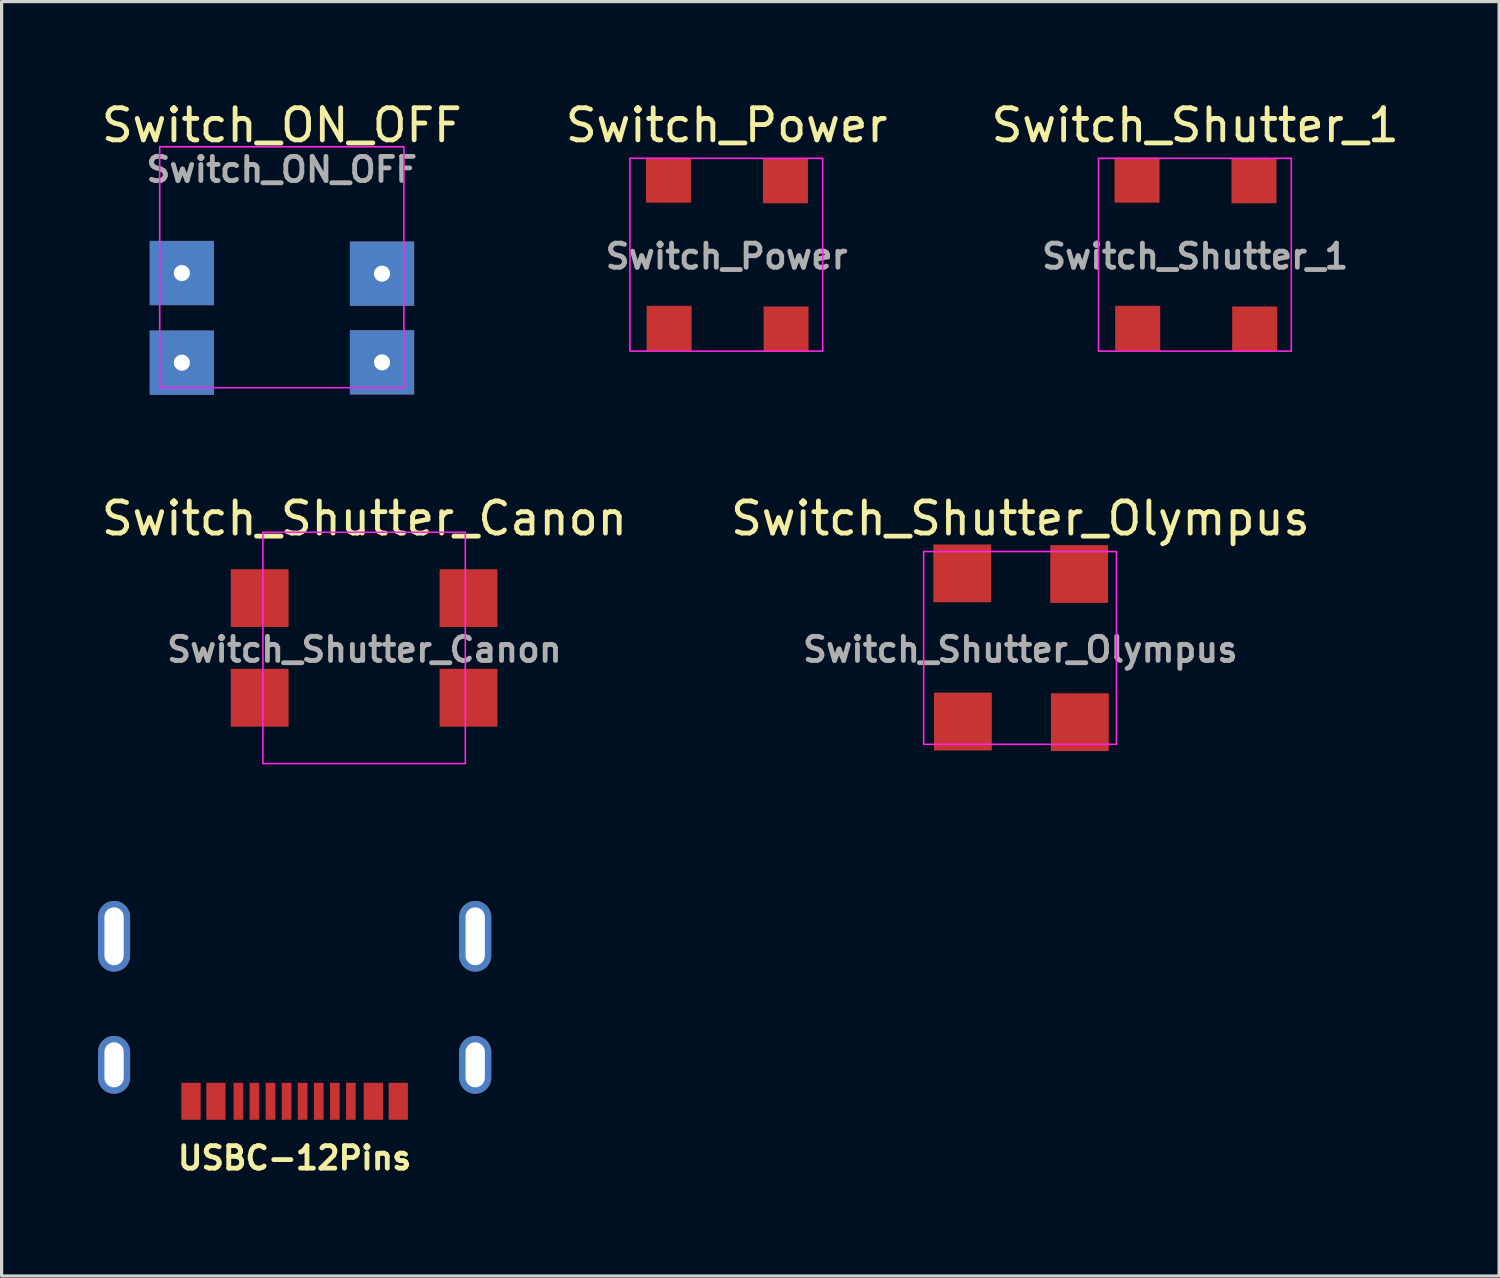
<source format=kicad_pcb>
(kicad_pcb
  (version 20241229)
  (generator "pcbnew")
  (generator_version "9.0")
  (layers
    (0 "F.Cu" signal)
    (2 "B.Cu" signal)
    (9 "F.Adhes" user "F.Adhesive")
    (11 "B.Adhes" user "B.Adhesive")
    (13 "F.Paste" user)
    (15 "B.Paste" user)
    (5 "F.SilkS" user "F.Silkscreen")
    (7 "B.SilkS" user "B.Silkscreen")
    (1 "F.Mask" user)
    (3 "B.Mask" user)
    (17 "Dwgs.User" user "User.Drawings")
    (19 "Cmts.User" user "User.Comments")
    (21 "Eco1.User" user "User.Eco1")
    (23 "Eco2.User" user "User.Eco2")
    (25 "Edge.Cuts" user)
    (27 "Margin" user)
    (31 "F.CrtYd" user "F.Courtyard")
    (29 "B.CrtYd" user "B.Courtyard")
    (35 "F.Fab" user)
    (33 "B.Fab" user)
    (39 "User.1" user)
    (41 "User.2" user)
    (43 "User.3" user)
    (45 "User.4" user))
  (footprint "Switch_Shutter_Canon"
    (layer "F.Cu")
    (at 8.282 17.116)
    (property "Reference" "Switch_Shutter_Canon" (at 0.01 -4.03 0) (layer "F.SilkS") (effects (font (size 1 1) (thickness 0.15))))
    (attr smd)
    (fp_rect (start -3.15 -3.6) (end 3.15 3.6) (stroke (width 0.05) (type solid)) (fill no) (layer "F.CrtYd"))
    (fp_text user "${REFERENCE}" (at 0.01 0.05 0) (layer "F.Fab") (effects (font (size 0.75 0.75) (thickness 0.15))))
    (pad "" smd roundrect (at -3.25 -1.55) (size 1 1) (layers "F.Mask" "F.Paste") (roundrect_rratio 0.139))
    (pad "" smd roundrect (at -3.25 1.55) (size 1 1) (layers "F.Mask" "F.Paste") (roundrect_rratio 0.139))
    (pad "" smd roundrect (at 3.25 -1.55) (size 1 1) (layers "F.Mask" "F.Paste") (roundrect_rratio 0.139))
    (pad "" smd roundrect (at 3.25 1.55) (size 1 1) (layers "F.Mask" "F.Paste") (roundrect_rratio 0.139))
    (pad "1" smd rect (at -3.25 1.55) (size 1.8 1.8) (layers "F.Cu"))
    (pad "2" smd rect (at 3.25 1.55) (size 1.8 1.8) (layers "F.Cu"))
    (pad "3" smd rect (at -3.25 -1.55) (size 1.8 1.8) (layers "F.Cu"))
    (pad "3" smd rect (at 3.25 -1.55) (size 1.8 1.8) (layers "F.Cu")))
  (footprint "Switch_Shutter_Olympus"
    (layer "F.Cu")
    (at 28.698 17.116)
    (property "Reference" "Switch_Shutter_Olympus" (at 0.01 -4.03 0) (layer "F.SilkS") (effects (font (size 1 1) (thickness 0.15))))
    (attr smd)
    (fp_rect (start -3 -3) (end 3 3) (stroke (width 0.05) (type default)) (fill no) (layer "F.CrtYd"))
    (fp_text user "${REFERENCE}" (at 0.01 0.05 0) (layer "F.Fab") (effects (font (size 0.75 0.75) (thickness 0.15))))
    (pad "" smd roundrect (at -1.8 -2.32) (size 1 1) (layers "F.Mask" "F.Paste") (roundrect_rratio 0.139))
    (pad "" smd roundrect (at -1.78 2.29) (size 1 1) (layers "F.Mask" "F.Paste") (roundrect_rratio 0.139))
    (pad "" smd roundrect (at 1.84 -2.3) (size 1 1) (layers "F.Mask" "F.Paste") (roundrect_rratio 0.139))
    (pad "" smd roundrect (at 1.88 2.29) (size 1 1) (layers "F.Mask" "F.Paste") (roundrect_rratio 0.139))
    (pad "1" smd rect (at -1.78 2.29) (size 1.8 1.8) (layers "F.Cu"))
    (pad "2" smd rect (at 1.86 2.31) (size 1.8 1.8) (layers "F.Cu"))
    (pad "3" smd rect (at -1.8 -2.32) (size 1.8 1.8) (layers "F.Cu"))
    (pad "3" smd rect (at 1.84 -2.3) (size 1.8 1.8) (layers "F.Cu")))
  (footprint "Switch_Shutter_1"
    (layer "F.Cu")
    (at 34.139 4.878)
    (property "Reference" "Switch_Shutter_1" (at 0.01 -4.03 0) (layer "F.SilkS") (effects (font (size 1 1) (thickness 0.15))))
    (attr smd)
    (fp_rect (start -3 -3) (end 3 3) (stroke (width 0.05) (type default)) (fill no) (layer "F.CrtYd"))
    (fp_text user "${REFERENCE}" (at 0.01 0.05 0) (layer "F.Fab") (effects (font (size 0.75 0.75) (thickness 0.15))))
    (pad "1" smd rect (at -1.78 2.29) (size 1.4 1.4) (layers "F.Cu" "F.Mask" "F.Paste"))
    (pad "2" smd rect (at 1.86 2.31) (size 1.4 1.4) (layers "F.Cu" "F.Mask" "F.Paste"))
    (pad "3" smd rect (at -1.8 -2.32) (size 1.4 1.4) (layers "F.Cu" "F.Mask" "F.Paste"))
    (pad "3" smd rect (at 1.84 -2.3) (size 1.4 1.4) (layers "F.Cu" "F.Mask" "F.Paste")))
  (footprint "Switch_Power"
    (layer "F.Cu")
    (at 19.555 4.878)
    (property "Reference" "Switch_Power" (at 0.01 -4.03 0) (layer "F.SilkS") (effects (font (size 1 1) (thickness 0.15))))
    (attr smd)
    (fp_rect (start -3 -3) (end 3 3) (stroke (width 0.05) (type default)) (fill no) (layer "F.CrtYd"))
    (fp_text user "${REFERENCE}" (at 0.01 0.05 0) (layer "F.Fab") (effects (font (size 0.75 0.75) (thickness 0.15))))
    (pad "1" smd rect (at -1.78 2.29) (size 1.4 1.4) (layers "F.Cu" "F.Mask" "F.Paste"))
    (pad "2" smd rect (at 1.86 2.31) (size 1.4 1.4) (layers "F.Cu" "F.Mask" "F.Paste"))
    (pad "B" smd rect (at -1.8 -2.32) (size 1.4 1.4) (layers "F.Cu" "F.Mask" "F.Paste"))
    (pad "B" smd rect (at 1.84 -2.3) (size 1.4 1.4) (layers "F.Cu" "F.Mask" "F.Paste")))
  (footprint "Switch_ON_OFF"
    (layer "F.Cu")
    (at 5.72 4.018)
    (property "Reference" "Switch_ON_OFF" (at 0 -3.17 0) (layer "F.SilkS") (effects (font (size 1 1) (thickness 0.15))))
    (attr smd)
    (fp_rect (start -3.8 -2.5) (end 3.8 5) (stroke (width 0.05) (type solid)) (fill no) (layer "F.CrtYd"))
    (fp_text user "${REFERENCE}" (at 0 -1.79 0) (layer "F.Fab") (effects (font (size 0.75 0.75) (thickness 0.15))))
    (pad "" smd roundrect (at -3.11 1.43) (size 1.2 1.4) (layers "*.Paste" "*.Mask") (roundrect_rratio 0.1))
    (pad "" smd roundrect (at -3.11 4.22) (size 1.2 1.4) (layers "*.Paste" "*.Mask") (roundrect_rratio 0.1))
    (pad "" smd roundrect (at 3.12 1.45) (size 1.2 1.4) (layers "*.Paste" "*.Mask") (roundrect_rratio 0.1))
    (pad "" smd roundrect (at 3.12 4.21) (size 1.2 1.4) (layers "*.Paste" "*.Mask") (roundrect_rratio 0.1))
    (pad "1" thru_hole rect (at -3.11 1.43) (size 2 2) (drill 0.5) (layers "*.Cu"))
    (pad "1" thru_hole rect (at 3.12 1.45) (size 2 2) (drill 0.5) (layers "*.Cu"))
    (pad "2" thru_hole rect (at -3.11 4.22) (size 2 2) (drill 0.5) (layers "*.Cu"))
    (pad "3" thru_hole rect (at 3.12 4.21) (size 2 2) (drill 0.5) (layers "*.Cu")))
  (footprint "USBC-12Pins"
    (layer "F.Cu")
    (at 6.12 23.991)
    (property "Reference" "USBC-12Pins" (at 0 9 0) (layer "F.SilkS") (effects (font (size 0.7 0.7) (thickness 0.15))))
    (attr through_hole)
    (fp_line (start -4.64 6.66) (end -4.64 0) (stroke (width 0.1) (type solid)) (layer "User.1"))
    (fp_line (start -4.64 6.66) (end 4.64 6.66) (stroke (width 0.1) (type solid)) (layer "User.1"))
    (fp_line (start 4.64 6.66) (end 4.64 0) (stroke (width 0.1) (type solid)) (layer "User.1"))
    (pad "1" smd rect (at 3.225 7.235) (size 0.6 1.15) (layers "F.Cu" "F.Mask" "F.Paste"))
    (pad "2" smd rect (at 2.45 7.235) (size 0.6 1.15) (layers "F.Cu" "F.Mask" "F.Paste"))
    (pad "3" smd rect (at 1.75 7.235) (size 0.3 1.15) (layers "F.Cu" "F.Mask" "F.Paste"))
    (pad "4" smd rect (at 1.25 7.235) (size 0.3 1.15) (layers "F.Cu" "F.Mask" "F.Paste"))
    (pad "5" smd rect (at 0.75 7.235) (size 0.3 1.15) (layers "F.Cu" "F.Mask" "F.Paste"))
    (pad "6" smd rect (at 0.25 7.235) (size 0.3 1.15) (layers "F.Cu" "F.Mask" "F.Paste"))
    (pad "7" smd rect (at -0.25 7.235) (size 0.3 1.15) (layers "F.Cu" "F.Mask" "F.Paste"))
    (pad "8" smd rect (at -0.75 7.235) (size 0.3 1.15) (layers "F.Cu" "F.Mask" "F.Paste"))
    (pad "9" smd rect (at -1.25 7.235) (size 0.3 1.15) (layers "F.Cu" "F.Mask" "F.Paste"))
    (pad "10" smd rect (at -1.75 7.235) (size 0.3 1.15) (layers "F.Cu" "F.Mask" "F.Paste"))
    (pad "11" smd rect (at -2.45 7.235) (size 0.6 1.15) (layers "F.Cu" "F.Mask" "F.Paste"))
    (pad "12" smd rect (at -3.225 7.235) (size 0.6 1.15) (layers "F.Cu" "F.Mask" "F.Paste"))
    (pad "13" thru_hole oval (at -5.62 2.1) (size 1 2.2) (drill oval 0.6 1.8) (layers "*.Cu" "*.Mask"))
    (pad "13" thru_hole oval (at -5.62 6.1) (size 1 1.8) (drill oval 0.6 1.4) (layers "*.Cu" "*.Mask"))
    (pad "13" thru_hole oval (at 5.62 2.1) (size 1 2.2) (drill oval 0.6 1.8) (layers "*.Cu" "*.Mask"))
    (pad "13" thru_hole oval (at 5.62 6.1) (size 1 1.8) (drill oval 0.6 1.4) (layers "*.Cu" "*.Mask")))
  (gr_rect
    (start -3 -3)
    (end 43.607 36.664)
    (stroke (width 0.1) (type default))
    (fill no)
    (layer "Edge.Cuts")))
</source>
